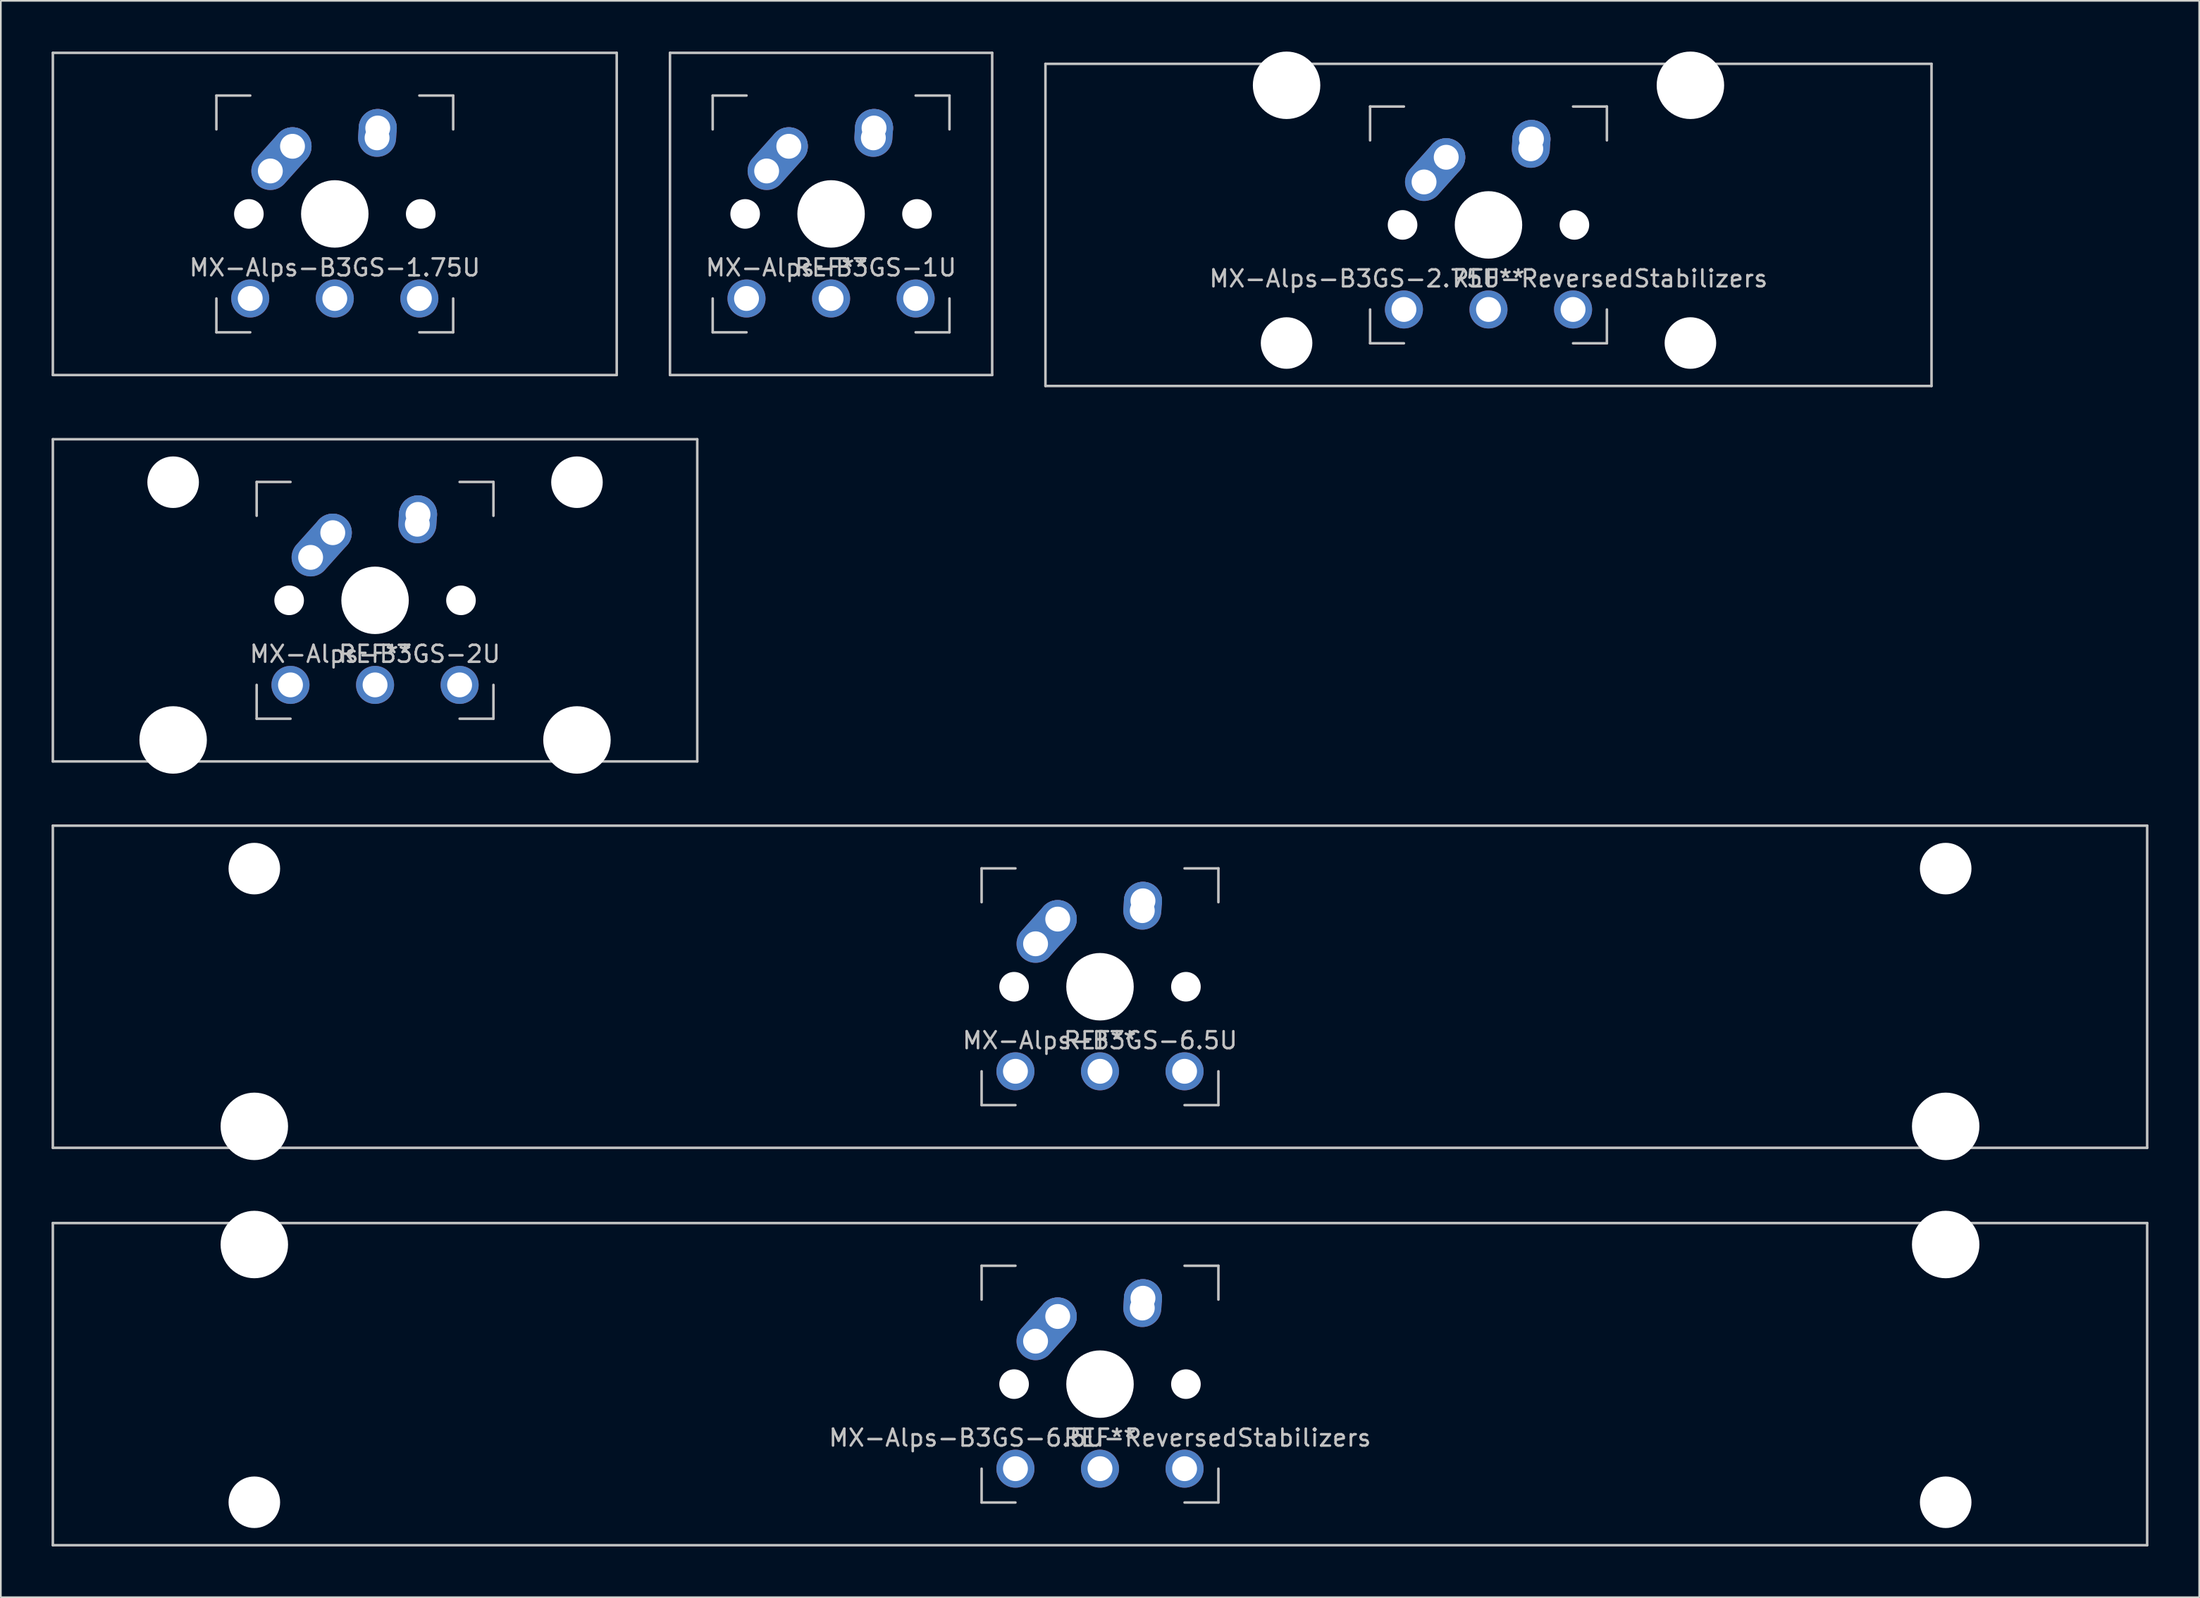
<source format=kicad_pcb>
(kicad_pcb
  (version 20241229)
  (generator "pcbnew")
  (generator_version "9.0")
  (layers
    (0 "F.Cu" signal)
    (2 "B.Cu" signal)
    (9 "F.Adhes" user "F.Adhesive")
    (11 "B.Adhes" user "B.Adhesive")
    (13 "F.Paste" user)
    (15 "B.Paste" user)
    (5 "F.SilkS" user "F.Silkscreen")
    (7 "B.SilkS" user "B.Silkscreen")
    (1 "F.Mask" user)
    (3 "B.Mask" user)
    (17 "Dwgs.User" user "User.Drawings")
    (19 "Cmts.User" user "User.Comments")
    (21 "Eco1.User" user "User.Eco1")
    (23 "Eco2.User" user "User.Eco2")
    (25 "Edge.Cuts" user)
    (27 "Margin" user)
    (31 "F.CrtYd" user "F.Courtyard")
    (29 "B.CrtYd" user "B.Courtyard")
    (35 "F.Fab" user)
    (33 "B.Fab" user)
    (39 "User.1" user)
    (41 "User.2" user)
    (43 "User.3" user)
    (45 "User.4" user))
  (footprint "MX-Alps-B3GS-1.75U"
    (layer "F.Cu")
    (at 16.744 9.6)
    (property "Reference" "MX-Alps-B3GS-1.75U" (at 0 3.175 0) (layer "Dwgs.User") (effects (font (size 1 1) (thickness 0.15))))
    (attr through_hole)
    (fp_line (start -16.669 -9.525) (end 16.669 -9.525) (stroke (width 0.15) (type solid)) (layer "Dwgs.User"))
    (fp_line (start -16.669 9.525) (end -16.669 -9.525) (stroke (width 0.15) (type solid)) (layer "Dwgs.User"))
    (fp_line (start -7 -7) (end -7 -5) (stroke (width 0.15) (type solid)) (layer "Dwgs.User"))
    (fp_line (start -7 5) (end -7 7) (stroke (width 0.15) (type solid)) (layer "Dwgs.User"))
    (fp_line (start -7 7) (end -5 7) (stroke (width 0.15) (type solid)) (layer "Dwgs.User"))
    (fp_line (start -5 -7) (end -7 -7) (stroke (width 0.15) (type solid)) (layer "Dwgs.User"))
    (fp_line (start 5 -7) (end 7 -7) (stroke (width 0.15) (type solid)) (layer "Dwgs.User"))
    (fp_line (start 5 7) (end 7 7) (stroke (width 0.15) (type solid)) (layer "Dwgs.User"))
    (fp_line (start 7 -7) (end 7 -5) (stroke (width 0.15) (type solid)) (layer "Dwgs.User"))
    (fp_line (start 7 7) (end 7 5) (stroke (width 0.15) (type solid)) (layer "Dwgs.User"))
    (fp_line (start 16.669 -9.525) (end 16.669 9.525) (stroke (width 0.15) (type solid)) (layer "Dwgs.User"))
    (fp_line (start 16.669 9.525) (end -16.669 9.525) (stroke (width 0.15) (type solid)) (layer "Dwgs.User"))
    (pad "" np_thru_hole circle (at -5.08 0 48.1) (size 1.75 1.75) (drill 1.75) (layers "*.Cu" "*.Mask"))
    (pad "" np_thru_hole circle (at 0 0) (size 3.988 3.988) (drill 3.988) (layers "*.Cu" "*.Mask"))
    (pad "" np_thru_hole circle (at 5.08 0 48.1) (size 1.75 1.75) (drill 1.75) (layers "*.Cu" "*.Mask"))
    (pad "1" thru_hole circle (at -5 5) (size 2.25 2.25) (drill 1.47) (layers "*.Cu" "B.Mask"))
    (pad "1" thru_hole oval (at -3.81 -2.54 48.1) (size 4.212 2.25) (drill 1.47 (offset 0.981 0)) (layers "*.Cu" "B.Mask"))
    (pad "1" thru_hole circle (at -2.5 -4) (size 2.25 2.25) (drill 1.47) (layers "*.Cu" "B.Mask"))
    (pad "1" thru_hole circle (at 5 5 180) (size 2.25 2.25) (drill 1.47) (layers "*.Cu" "B.Mask"))
    (pad "2" thru_hole circle (at 0 5 180) (size 2.25 2.25) (drill 1.47) (layers "*.Cu" "B.Mask"))
    (pad "2" thru_hole oval (at 2.5 -4.5 86.055) (size 2.831 2.25) (drill 1.47 (offset 0.291 0)) (layers "*.Cu" "B.Mask"))
    (pad "2" thru_hole circle (at 2.54 -5.08) (size 2.25 2.25) (drill 1.47) (layers "*.Cu" "B.Mask")))
  (footprint "MX-Alps-B3GS-6.5U-ReversedStabilizers"
    (layer "F.Cu")
    (at 61.987 78.796)
    (property "Reference" "MX-Alps-B3GS-6.5U-ReversedStabilizers" (at 0 3.175 0) (layer "Dwgs.User") (effects (font (size 1 1) (thickness 0.15))))
    (attr through_hole)
    (fp_line (start -61.913 -9.525) (end 61.913 -9.525) (stroke (width 0.15) (type solid)) (layer "Dwgs.User"))
    (fp_line (start -61.913 9.525) (end -61.913 -9.525) (stroke (width 0.15) (type solid)) (layer "Dwgs.User"))
    (fp_line (start -61.913 9.525) (end 61.913 9.525) (stroke (width 0.15) (type solid)) (layer "Dwgs.User"))
    (fp_line (start -7 -7) (end -7 -5) (stroke (width 0.15) (type solid)) (layer "Dwgs.User"))
    (fp_line (start -7 5) (end -7 7) (stroke (width 0.15) (type solid)) (layer "Dwgs.User"))
    (fp_line (start -7 7) (end -5 7) (stroke (width 0.15) (type solid)) (layer "Dwgs.User"))
    (fp_line (start -5 -7) (end -7 -7) (stroke (width 0.15) (type solid)) (layer "Dwgs.User"))
    (fp_line (start 5 -7) (end 7 -7) (stroke (width 0.15) (type solid)) (layer "Dwgs.User"))
    (fp_line (start 5 7) (end 7 7) (stroke (width 0.15) (type solid)) (layer "Dwgs.User"))
    (fp_line (start 7 -7) (end 7 -5) (stroke (width 0.15) (type solid)) (layer "Dwgs.User"))
    (fp_line (start 7 7) (end 7 5) (stroke (width 0.15) (type solid)) (layer "Dwgs.User"))
    (fp_line (start 61.913 -9.525) (end 61.913 9.525) (stroke (width 0.15) (type solid)) (layer "Dwgs.User"))
    (fp_text user "REF**" (at 0 3.175 0) (layer "Dwgs.User") (effects (font (size 1 1) (thickness 0.15))))
    (pad "" np_thru_hole circle (at -50 -8.255) (size 3.988 3.988) (drill 3.988) (layers "*.Cu" "*.Mask"))
    (pad "" np_thru_hole circle (at -50 6.985) (size 3.048 3.048) (drill 3.048) (layers "*.Cu" "*.Mask"))
    (pad "" np_thru_hole circle (at -5.08 0 48.1) (size 1.75 1.75) (drill 1.75) (layers "*.Cu" "*.Mask"))
    (pad "" np_thru_hole circle (at 0 0) (size 3.988 3.988) (drill 3.988) (layers "*.Cu" "*.Mask"))
    (pad "" np_thru_hole circle (at 5.08 0 48.1) (size 1.75 1.75) (drill 1.75) (layers "*.Cu" "*.Mask"))
    (pad "" np_thru_hole circle (at 50 -8.255) (size 3.988 3.988) (drill 3.988) (layers "*.Cu" "*.Mask"))
    (pad "" np_thru_hole circle (at 50 6.985) (size 3.048 3.048) (drill 3.048) (layers "*.Cu" "*.Mask"))
    (pad "1" thru_hole circle (at -5 5) (size 2.25 2.25) (drill 1.47) (layers "*.Cu" "B.Mask"))
    (pad "1" thru_hole oval (at -3.81 -2.54 48.1) (size 4.212 2.25) (drill 1.47 (offset 0.981 0)) (layers "*.Cu" "B.Mask"))
    (pad "1" thru_hole circle (at -2.5 -4) (size 2.25 2.25) (drill 1.47) (layers "*.Cu" "B.Mask"))
    (pad "1" thru_hole circle (at 5 5 180) (size 2.25 2.25) (drill 1.47) (layers "*.Cu" "B.Mask"))
    (pad "2" thru_hole circle (at 0 5 180) (size 2.25 2.25) (drill 1.47) (layers "*.Cu" "B.Mask"))
    (pad "2" thru_hole oval (at 2.5 -4.5 86.055) (size 2.831 2.25) (drill 1.47 (offset 0.291 0)) (layers "*.Cu" "B.Mask"))
    (pad "2" thru_hole circle (at 2.54 -5.08) (size 2.25 2.25) (drill 1.47) (layers "*.Cu" "B.Mask")))
  (footprint "MX-Alps-B3GS-2.75U-ReversedStabilizers"
    (layer "F.Cu")
    (at 84.956 10.249)
    (property "Reference" "MX-Alps-B3GS-2.75U-ReversedStabilizers" (at 0 3.175 0) (layer "Dwgs.User") (effects (font (size 1 1) (thickness 0.15))))
    (attr through_hole)
    (fp_line (start -26.194 -9.525) (end 26.194 -9.525) (stroke (width 0.15) (type solid)) (layer "Dwgs.User"))
    (fp_line (start -26.194 9.525) (end -26.194 -9.525) (stroke (width 0.15) (type solid)) (layer "Dwgs.User"))
    (fp_line (start -26.194 9.525) (end 26.194 9.525) (stroke (width 0.15) (type solid)) (layer "Dwgs.User"))
    (fp_line (start -7 -7) (end -7 -5) (stroke (width 0.15) (type solid)) (layer "Dwgs.User"))
    (fp_line (start -7 5) (end -7 7) (stroke (width 0.15) (type solid)) (layer "Dwgs.User"))
    (fp_line (start -7 7) (end -5 7) (stroke (width 0.15) (type solid)) (layer "Dwgs.User"))
    (fp_line (start -5 -7) (end -7 -7) (stroke (width 0.15) (type solid)) (layer "Dwgs.User"))
    (fp_line (start 5 -7) (end 7 -7) (stroke (width 0.15) (type solid)) (layer "Dwgs.User"))
    (fp_line (start 5 7) (end 7 7) (stroke (width 0.15) (type solid)) (layer "Dwgs.User"))
    (fp_line (start 7 -7) (end 7 -5) (stroke (width 0.15) (type solid)) (layer "Dwgs.User"))
    (fp_line (start 7 7) (end 7 5) (stroke (width 0.15) (type solid)) (layer "Dwgs.User"))
    (fp_line (start 26.194 -9.525) (end 26.194 9.525) (stroke (width 0.15) (type solid)) (layer "Dwgs.User"))
    (fp_text user "REF**" (at 0 3.175 0) (layer "Dwgs.User") (effects (font (size 1 1) (thickness 0.15))))
    (pad "" np_thru_hole circle (at -11.938 -8.255) (size 3.988 3.988) (drill 3.988) (layers "*.Cu" "*.Mask"))
    (pad "" np_thru_hole circle (at -11.938 6.985) (size 3.048 3.048) (drill 3.048) (layers "*.Cu" "*.Mask"))
    (pad "" np_thru_hole circle (at -5.08 0 48.1) (size 1.75 1.75) (drill 1.75) (layers "*.Cu" "*.Mask"))
    (pad "" np_thru_hole circle (at 0 0) (size 3.988 3.988) (drill 3.988) (layers "*.Cu" "*.Mask"))
    (pad "" np_thru_hole circle (at 5.08 0 48.1) (size 1.75 1.75) (drill 1.75) (layers "*.Cu" "*.Mask"))
    (pad "" np_thru_hole circle (at 11.938 -8.255) (size 3.988 3.988) (drill 3.988) (layers "*.Cu" "*.Mask"))
    (pad "" np_thru_hole circle (at 11.938 6.985) (size 3.048 3.048) (drill 3.048) (layers "*.Cu" "*.Mask"))
    (pad "1" thru_hole circle (at -5 5) (size 2.25 2.25) (drill 1.47) (layers "*.Cu" "B.Mask"))
    (pad "1" thru_hole oval (at -3.81 -2.54 48.1) (size 4.212 2.25) (drill 1.47 (offset 0.981 0)) (layers "*.Cu" "B.Mask"))
    (pad "1" thru_hole circle (at -2.5 -4) (size 2.25 2.25) (drill 1.47) (layers "*.Cu" "B.Mask"))
    (pad "1" thru_hole circle (at 5 5 180) (size 2.25 2.25) (drill 1.47) (layers "*.Cu" "B.Mask"))
    (pad "2" thru_hole circle (at 0 5 180) (size 2.25 2.25) (drill 1.47) (layers "*.Cu" "B.Mask"))
    (pad "2" thru_hole oval (at 2.5 -4.5 86.055) (size 2.831 2.25) (drill 1.47 (offset 0.291 0)) (layers "*.Cu" "B.Mask"))
    (pad "2" thru_hole circle (at 2.54 -5.08) (size 2.25 2.25) (drill 1.47) (layers "*.Cu" "B.Mask")))
  (footprint "MX-Alps-B3GS-6.5U"
    (layer "F.Cu")
    (at 61.987 55.298)
    (property "Reference" "MX-Alps-B3GS-6.5U" (at 0 3.175 0) (layer "Dwgs.User") (effects (font (size 1 1) (thickness 0.15))))
    (attr through_hole)
    (fp_line (start -61.913 -9.525) (end 61.913 -9.525) (stroke (width 0.15) (type solid)) (layer "Dwgs.User"))
    (fp_line (start -61.913 9.525) (end -61.913 -9.525) (stroke (width 0.15) (type solid)) (layer "Dwgs.User"))
    (fp_line (start -61.913 9.525) (end 61.913 9.525) (stroke (width 0.15) (type solid)) (layer "Dwgs.User"))
    (fp_line (start -7 -7) (end -7 -5) (stroke (width 0.15) (type solid)) (layer "Dwgs.User"))
    (fp_line (start -7 5) (end -7 7) (stroke (width 0.15) (type solid)) (layer "Dwgs.User"))
    (fp_line (start -7 7) (end -5 7) (stroke (width 0.15) (type solid)) (layer "Dwgs.User"))
    (fp_line (start -5 -7) (end -7 -7) (stroke (width 0.15) (type solid)) (layer "Dwgs.User"))
    (fp_line (start 5 -7) (end 7 -7) (stroke (width 0.15) (type solid)) (layer "Dwgs.User"))
    (fp_line (start 5 7) (end 7 7) (stroke (width 0.15) (type solid)) (layer "Dwgs.User"))
    (fp_line (start 7 -7) (end 7 -5) (stroke (width 0.15) (type solid)) (layer "Dwgs.User"))
    (fp_line (start 7 7) (end 7 5) (stroke (width 0.15) (type solid)) (layer "Dwgs.User"))
    (fp_line (start 61.913 -9.525) (end 61.913 9.525) (stroke (width 0.15) (type solid)) (layer "Dwgs.User"))
    (fp_text user "REF**" (at 0 3.175 0) (layer "Dwgs.User") (effects (font (size 1 1) (thickness 0.15))))
    (pad "" np_thru_hole circle (at -50 -6.985) (size 3.048 3.048) (drill 3.048) (layers "*.Cu" "*.Mask"))
    (pad "" np_thru_hole circle (at -50 8.255) (size 3.988 3.988) (drill 3.988) (layers "*.Cu" "*.Mask"))
    (pad "" np_thru_hole circle (at -5.08 0 48.1) (size 1.75 1.75) (drill 1.75) (layers "*.Cu" "*.Mask"))
    (pad "" np_thru_hole circle (at 0 0) (size 3.988 3.988) (drill 3.988) (layers "*.Cu" "*.Mask"))
    (pad "" np_thru_hole circle (at 5.08 0 48.1) (size 1.75 1.75) (drill 1.75) (layers "*.Cu" "*.Mask"))
    (pad "" np_thru_hole circle (at 50 -6.985) (size 3.048 3.048) (drill 3.048) (layers "*.Cu" "*.Mask"))
    (pad "" np_thru_hole circle (at 50 8.255) (size 3.988 3.988) (drill 3.988) (layers "*.Cu" "*.Mask"))
    (pad "1" thru_hole circle (at -5 5) (size 2.25 2.25) (drill 1.47) (layers "*.Cu" "B.Mask"))
    (pad "1" thru_hole oval (at -3.81 -2.54 48.1) (size 4.212 2.25) (drill 1.47 (offset 0.981 0)) (layers "*.Cu" "B.Mask"))
    (pad "1" thru_hole circle (at -2.5 -4) (size 2.25 2.25) (drill 1.47) (layers "*.Cu" "B.Mask"))
    (pad "1" thru_hole circle (at 5 5 180) (size 2.25 2.25) (drill 1.47) (layers "*.Cu" "B.Mask"))
    (pad "2" thru_hole circle (at 0 5 180) (size 2.25 2.25) (drill 1.47) (layers "*.Cu" "B.Mask"))
    (pad "2" thru_hole oval (at 2.5 -4.5 86.055) (size 2.831 2.25) (drill 1.47 (offset 0.291 0)) (layers "*.Cu" "B.Mask"))
    (pad "2" thru_hole circle (at 2.54 -5.08) (size 2.25 2.25) (drill 1.47) (layers "*.Cu" "B.Mask")))
  (footprint "MX-Alps-B3GS-2U"
    (layer "F.Cu")
    (at 19.125 32.449)
    (property "Reference" "MX-Alps-B3GS-2U" (at 0 3.175 0) (layer "Dwgs.User") (effects (font (size 1 1) (thickness 0.15))))
    (attr through_hole)
    (fp_line (start -19.05 -9.525) (end 19.05 -9.525) (stroke (width 0.15) (type solid)) (layer "Dwgs.User"))
    (fp_line (start -19.05 9.525) (end -19.05 -9.525) (stroke (width 0.15) (type solid)) (layer "Dwgs.User"))
    (fp_line (start -19.05 9.525) (end 19.05 9.525) (stroke (width 0.15) (type solid)) (layer "Dwgs.User"))
    (fp_line (start -7 -7) (end -7 -5) (stroke (width 0.15) (type solid)) (layer "Dwgs.User"))
    (fp_line (start -7 5) (end -7 7) (stroke (width 0.15) (type solid)) (layer "Dwgs.User"))
    (fp_line (start -7 7) (end -5 7) (stroke (width 0.15) (type solid)) (layer "Dwgs.User"))
    (fp_line (start -5 -7) (end -7 -7) (stroke (width 0.15) (type solid)) (layer "Dwgs.User"))
    (fp_line (start 5 -7) (end 7 -7) (stroke (width 0.15) (type solid)) (layer "Dwgs.User"))
    (fp_line (start 5 7) (end 7 7) (stroke (width 0.15) (type solid)) (layer "Dwgs.User"))
    (fp_line (start 7 -7) (end 7 -5) (stroke (width 0.15) (type solid)) (layer "Dwgs.User"))
    (fp_line (start 7 7) (end 7 5) (stroke (width 0.15) (type solid)) (layer "Dwgs.User"))
    (fp_line (start 19.05 -9.525) (end 19.05 9.525) (stroke (width 0.15) (type solid)) (layer "Dwgs.User"))
    (fp_text user "REF**" (at 0 3.175 0) (layer "Dwgs.User") (effects (font (size 1 1) (thickness 0.15))))
    (pad "" np_thru_hole circle (at -11.938 -6.985) (size 3.048 3.048) (drill 3.048) (layers "*.Cu" "*.Mask"))
    (pad "" np_thru_hole circle (at -11.938 8.255) (size 3.988 3.988) (drill 3.988) (layers "*.Cu" "*.Mask"))
    (pad "" np_thru_hole circle (at -5.08 0 48.1) (size 1.75 1.75) (drill 1.75) (layers "*.Cu" "*.Mask"))
    (pad "" np_thru_hole circle (at 0 0) (size 3.988 3.988) (drill 3.988) (layers "*.Cu" "*.Mask"))
    (pad "" np_thru_hole circle (at 5.08 0 48.1) (size 1.75 1.75) (drill 1.75) (layers "*.Cu" "*.Mask"))
    (pad "" np_thru_hole circle (at 11.938 -6.985) (size 3.048 3.048) (drill 3.048) (layers "*.Cu" "*.Mask"))
    (pad "" np_thru_hole circle (at 11.938 8.255) (size 3.988 3.988) (drill 3.988) (layers "*.Cu" "*.Mask"))
    (pad "1" thru_hole circle (at -5 5) (size 2.25 2.25) (drill 1.47) (layers "*.Cu" "B.Mask"))
    (pad "1" thru_hole oval (at -3.81 -2.54 48.1) (size 4.212 2.25) (drill 1.47 (offset 0.981 0)) (layers "*.Cu" "B.Mask"))
    (pad "1" thru_hole circle (at -2.5 -4) (size 2.25 2.25) (drill 1.47) (layers "*.Cu" "B.Mask"))
    (pad "1" thru_hole circle (at 5 5 180) (size 2.25 2.25) (drill 1.47) (layers "*.Cu" "B.Mask"))
    (pad "2" thru_hole circle (at 0 5 180) (size 2.25 2.25) (drill 1.47) (layers "*.Cu" "B.Mask"))
    (pad "2" thru_hole oval (at 2.5 -4.5 86.055) (size 2.831 2.25) (drill 1.47 (offset 0.291 0)) (layers "*.Cu" "B.Mask"))
    (pad "2" thru_hole circle (at 2.54 -5.08) (size 2.25 2.25) (drill 1.47) (layers "*.Cu" "B.Mask")))
  (footprint "MX-Alps-B3GS-1U"
    (layer "F.Cu")
    (at 46.087 9.6)
    (property "Reference" "MX-Alps-B3GS-1U" (at 0 3.175 0) (layer "Dwgs.User") (effects (font (size 1 1) (thickness 0.15))))
    (attr through_hole)
    (fp_line (start -9.525 -9.525) (end 9.525 -9.525) (stroke (width 0.15) (type solid)) (layer "Dwgs.User"))
    (fp_line (start -9.525 9.525) (end -9.525 -9.525) (stroke (width 0.15) (type solid)) (layer "Dwgs.User"))
    (fp_line (start -7 -7) (end -7 -5) (stroke (width 0.15) (type solid)) (layer "Dwgs.User"))
    (fp_line (start -7 5) (end -7 7) (stroke (width 0.15) (type solid)) (layer "Dwgs.User"))
    (fp_line (start -7 7) (end -5 7) (stroke (width 0.15) (type solid)) (layer "Dwgs.User"))
    (fp_line (start -5 -7) (end -7 -7) (stroke (width 0.15) (type solid)) (layer "Dwgs.User"))
    (fp_line (start 5 -7) (end 7 -7) (stroke (width 0.15) (type solid)) (layer "Dwgs.User"))
    (fp_line (start 5 7) (end 7 7) (stroke (width 0.15) (type solid)) (layer "Dwgs.User"))
    (fp_line (start 7 -7) (end 7 -5) (stroke (width 0.15) (type solid)) (layer "Dwgs.User"))
    (fp_line (start 7 7) (end 7 5) (stroke (width 0.15) (type solid)) (layer "Dwgs.User"))
    (fp_line (start 9.525 -9.525) (end 9.525 9.525) (stroke (width 0.15) (type solid)) (layer "Dwgs.User"))
    (fp_line (start 9.525 9.525) (end -9.525 9.525) (stroke (width 0.15) (type solid)) (layer "Dwgs.User"))
    (fp_text user "REF**" (at 0 3.175 0) (layer "Dwgs.User") (effects (font (size 1 1) (thickness 0.15))))
    (pad "" np_thru_hole circle (at -5.08 0 48.1) (size 1.75 1.75) (drill 1.75) (layers "*.Cu" "*.Mask"))
    (pad "" np_thru_hole circle (at 0 0) (size 3.988 3.988) (drill 3.988) (layers "*.Cu" "*.Mask"))
    (pad "" np_thru_hole circle (at 5.08 0 48.1) (size 1.75 1.75) (drill 1.75) (layers "*.Cu" "*.Mask"))
    (pad "1" thru_hole circle (at -5 5) (size 2.25 2.25) (drill 1.47) (layers "*.Cu" "B.Mask"))
    (pad "1" thru_hole oval (at -3.81 -2.54 48.1) (size 4.212 2.25) (drill 1.47 (offset 0.981 0)) (layers "*.Cu" "B.Mask"))
    (pad "1" thru_hole circle (at -2.5 -4) (size 2.25 2.25) (drill 1.47) (layers "*.Cu" "B.Mask"))
    (pad "1" thru_hole circle (at 5 5 180) (size 2.25 2.25) (drill 1.47) (layers "*.Cu" "B.Mask"))
    (pad "2" thru_hole circle (at 0 5 180) (size 2.25 2.25) (drill 1.47) (layers "*.Cu" "B.Mask"))
    (pad "2" thru_hole oval (at 2.5 -4.5 86.055) (size 2.831 2.25) (drill 1.47 (offset 0.291 0)) (layers "*.Cu" "B.Mask"))
    (pad "2" thru_hole circle (at 2.54 -5.08) (size 2.25 2.25) (drill 1.47) (layers "*.Cu" "B.Mask")))
  (gr_rect
    (start -3 -3)
    (end 126.975 91.396)
    (stroke (width 0.1) (type default))
    (fill no)
    (layer "Edge.Cuts")))
</source>
